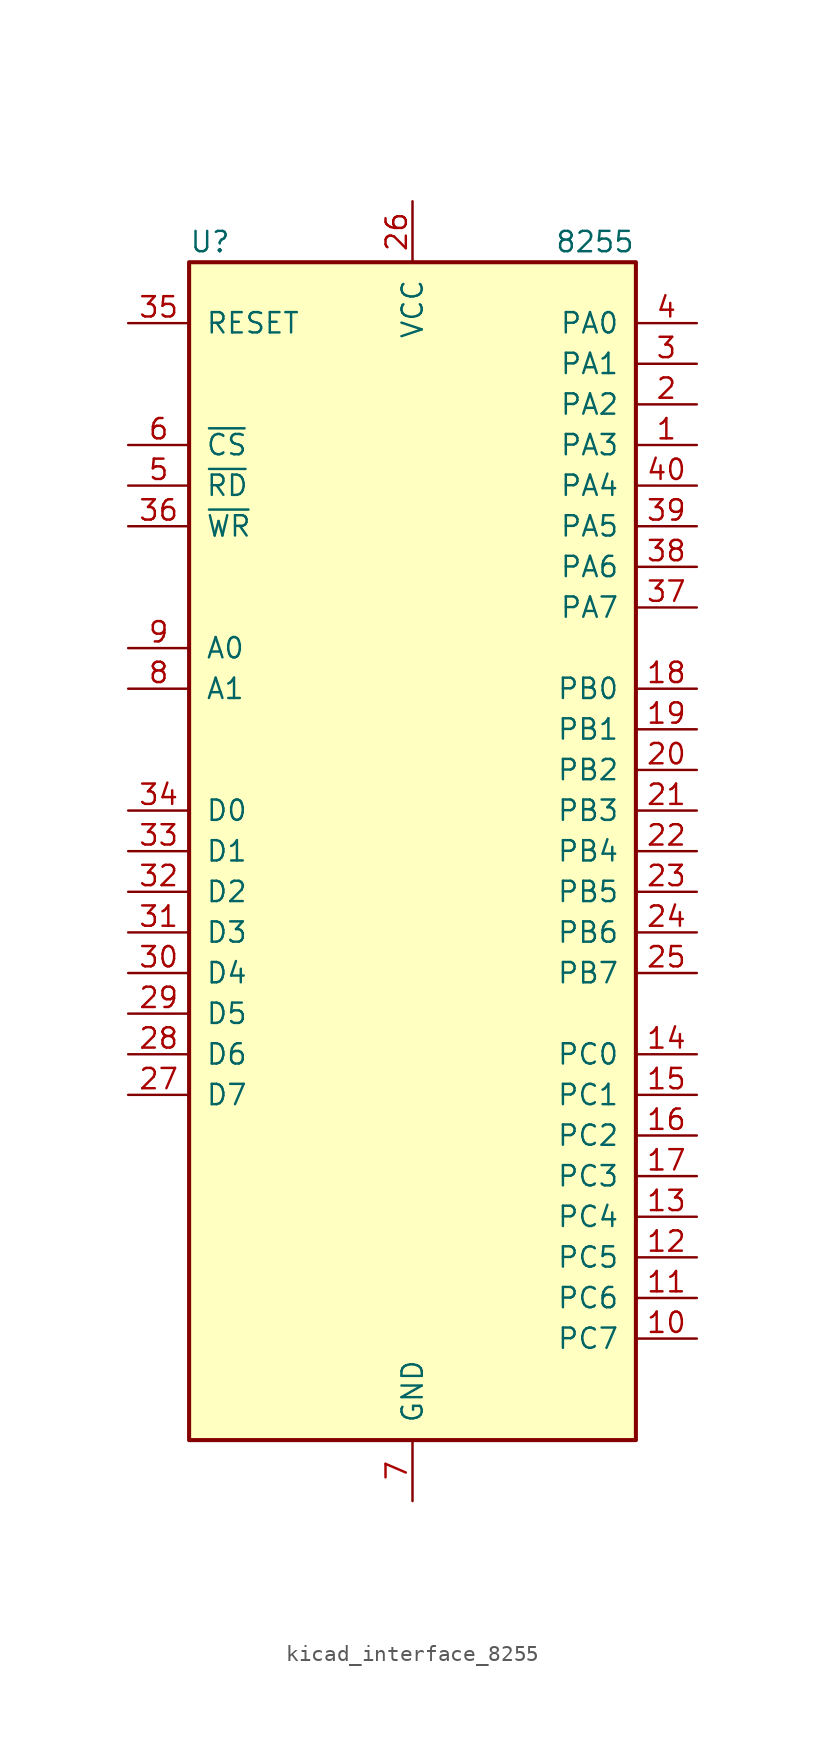
<source format=kicad_sym>
(kicad_symbol_lib
  (version 20220914)
  (generator kicad_symbol_editor)
  (symbol "kicad_interface_8255"
    (pin_names
      (offset 1.016))
    (property "Reference" "U"
      (at -13.97 38.1 0)
      (effects (font (size 1.27 1.27)) (justify left)))
    (property "Value" "8255"
      (at 8.89 38.1 0)
      (effects (font (size 1.27 1.27)) (justify left)))
    (symbol "kicad_interface_8255_1_1"
      (rectangle (start -13.97 -36.83) (end 13.97 36.83) (stroke (width 0.254) (type default)) (fill (type background)))
      (pin bidirectional line (at 17.78 25.4 180) (length 3.81) (name "PA3" (effects (font (size 1.27 1.27)))) (number "1" (effects (font (size 1.27 1.27)))))
      (pin bidirectional line (at 17.78 -30.48 180) (length 3.81) (name "PC7" (effects (font (size 1.27 1.27)))) (number "10" (effects (font (size 1.27 1.27)))))
      (pin bidirectional line (at 17.78 -27.94 180) (length 3.81) (name "PC6" (effects (font (size 1.27 1.27)))) (number "11" (effects (font (size 1.27 1.27)))))
      (pin bidirectional line (at 17.78 -25.4 180) (length 3.81) (name "PC5" (effects (font (size 1.27 1.27)))) (number "12" (effects (font (size 1.27 1.27)))))
      (pin bidirectional line (at 17.78 -22.86 180) (length 3.81) (name "PC4" (effects (font (size 1.27 1.27)))) (number "13" (effects (font (size 1.27 1.27)))))
      (pin bidirectional line (at 17.78 -12.7 180) (length 3.81) (name "PC0" (effects (font (size 1.27 1.27)))) (number "14" (effects (font (size 1.27 1.27)))))
      (pin bidirectional line (at 17.78 -15.24 180) (length 3.81) (name "PC1" (effects (font (size 1.27 1.27)))) (number "15" (effects (font (size 1.27 1.27)))))
      (pin bidirectional line (at 17.78 -17.78 180) (length 3.81) (name "PC2" (effects (font (size 1.27 1.27)))) (number "16" (effects (font (size 1.27 1.27)))))
      (pin bidirectional line (at 17.78 -20.32 180) (length 3.81) (name "PC3" (effects (font (size 1.27 1.27)))) (number "17" (effects (font (size 1.27 1.27)))))
      (pin bidirectional line (at 17.78 10.16 180) (length 3.81) (name "PB0" (effects (font (size 1.27 1.27)))) (number "18" (effects (font (size 1.27 1.27)))))
      (pin bidirectional line (at 17.78 7.62 180) (length 3.81) (name "PB1" (effects (font (size 1.27 1.27)))) (number "19" (effects (font (size 1.27 1.27)))))
      (pin bidirectional line (at 17.78 27.94 180) (length 3.81) (name "PA2" (effects (font (size 1.27 1.27)))) (number "2" (effects (font (size 1.27 1.27)))))
      (pin bidirectional line (at 17.78 5.08 180) (length 3.81) (name "PB2" (effects (font (size 1.27 1.27)))) (number "20" (effects (font (size 1.27 1.27)))))
      (pin bidirectional line (at 17.78 2.54 180) (length 3.81) (name "PB3" (effects (font (size 1.27 1.27)))) (number "21" (effects (font (size 1.27 1.27)))))
      (pin bidirectional line (at 17.78 0 180) (length 3.81) (name "PB4" (effects (font (size 1.27 1.27)))) (number "22" (effects (font (size 1.27 1.27)))))
      (pin bidirectional line (at 17.78 -2.54 180) (length 3.81) (name "PB5" (effects (font (size 1.27 1.27)))) (number "23" (effects (font (size 1.27 1.27)))))
      (pin bidirectional line (at 17.78 -5.08 180) (length 3.81) (name "PB6" (effects (font (size 1.27 1.27)))) (number "24" (effects (font (size 1.27 1.27)))))
      (pin bidirectional line (at 17.78 -7.62 180) (length 3.81) (name "PB7" (effects (font (size 1.27 1.27)))) (number "25" (effects (font (size 1.27 1.27)))))
      (pin power_in line (at 0 40.64 270) (length 3.81) (name "VCC" (effects (font (size 1.27 1.27)))) (number "26" (effects (font (size 1.27 1.27)))))
      (pin bidirectional line (at -17.78 -15.24 0) (length 3.81) (name "D7" (effects (font (size 1.27 1.27)))) (number "27" (effects (font (size 1.27 1.27)))))
      (pin bidirectional line (at -17.78 -12.7 0) (length 3.81) (name "D6" (effects (font (size 1.27 1.27)))) (number "28" (effects (font (size 1.27 1.27)))))
      (pin bidirectional line (at -17.78 -10.16 0) (length 3.81) (name "D5" (effects (font (size 1.27 1.27)))) (number "29" (effects (font (size 1.27 1.27)))))
      (pin bidirectional line (at 17.78 30.48 180) (length 3.81) (name "PA1" (effects (font (size 1.27 1.27)))) (number "3" (effects (font (size 1.27 1.27)))))
      (pin bidirectional line (at -17.78 -7.62 0) (length 3.81) (name "D4" (effects (font (size 1.27 1.27)))) (number "30" (effects (font (size 1.27 1.27)))))
      (pin bidirectional line (at -17.78 -5.08 0) (length 3.81) (name "D3" (effects (font (size 1.27 1.27)))) (number "31" (effects (font (size 1.27 1.27)))))
      (pin bidirectional line (at -17.78 -2.54 0) (length 3.81) (name "D2" (effects (font (size 1.27 1.27)))) (number "32" (effects (font (size 1.27 1.27)))))
      (pin bidirectional line (at -17.78 0 0) (length 3.81) (name "D1" (effects (font (size 1.27 1.27)))) (number "33" (effects (font (size 1.27 1.27)))))
      (pin bidirectional line (at -17.78 2.54 0) (length 3.81) (name "D0" (effects (font (size 1.27 1.27)))) (number "34" (effects (font (size 1.27 1.27)))))
      (pin input line (at -17.78 33.02 0) (length 3.81) (name "RESET" (effects (font (size 1.27 1.27)))) (number "35" (effects (font (size 1.27 1.27)))))
      (pin input line (at -17.78 20.32 0) (length 3.81) (name "~{WR}" (effects (font (size 1.27 1.27)))) (number "36" (effects (font (size 1.27 1.27)))))
      (pin bidirectional line (at 17.78 15.24 180) (length 3.81) (name "PA7" (effects (font (size 1.27 1.27)))) (number "37" (effects (font (size 1.27 1.27)))))
      (pin bidirectional line (at 17.78 17.78 180) (length 3.81) (name "PA6" (effects (font (size 1.27 1.27)))) (number "38" (effects (font (size 1.27 1.27)))))
      (pin bidirectional line (at 17.78 20.32 180) (length 3.81) (name "PA5" (effects (font (size 1.27 1.27)))) (number "39" (effects (font (size 1.27 1.27)))))
      (pin bidirectional line (at 17.78 33.02 180) (length 3.81) (name "PA0" (effects (font (size 1.27 1.27)))) (number "4" (effects (font (size 1.27 1.27)))))
      (pin bidirectional line (at 17.78 22.86 180) (length 3.81) (name "PA4" (effects (font (size 1.27 1.27)))) (number "40" (effects (font (size 1.27 1.27)))))
      (pin input line (at -17.78 22.86 0) (length 3.81) (name "~{RD}" (effects (font (size 1.27 1.27)))) (number "5" (effects (font (size 1.27 1.27)))))
      (pin input line (at -17.78 25.4 0) (length 3.81) (name "~{CS}" (effects (font (size 1.27 1.27)))) (number "6" (effects (font (size 1.27 1.27)))))
      (pin power_in line (at 0 -40.64 90) (length 3.81) (name "GND" (effects (font (size 1.27 1.27)))) (number "7" (effects (font (size 1.27 1.27)))))
      (pin input line (at -17.78 10.16 0) (length 3.81) (name "A1" (effects (font (size 1.27 1.27)))) (number "8" (effects (font (size 1.27 1.27)))))
      (pin input line (at -17.78 12.7 0) (length 3.81) (name "A0" (effects (font (size 1.27 1.27)))) (number "9" (effects (font (size 1.27 1.27))))))))
</source>
